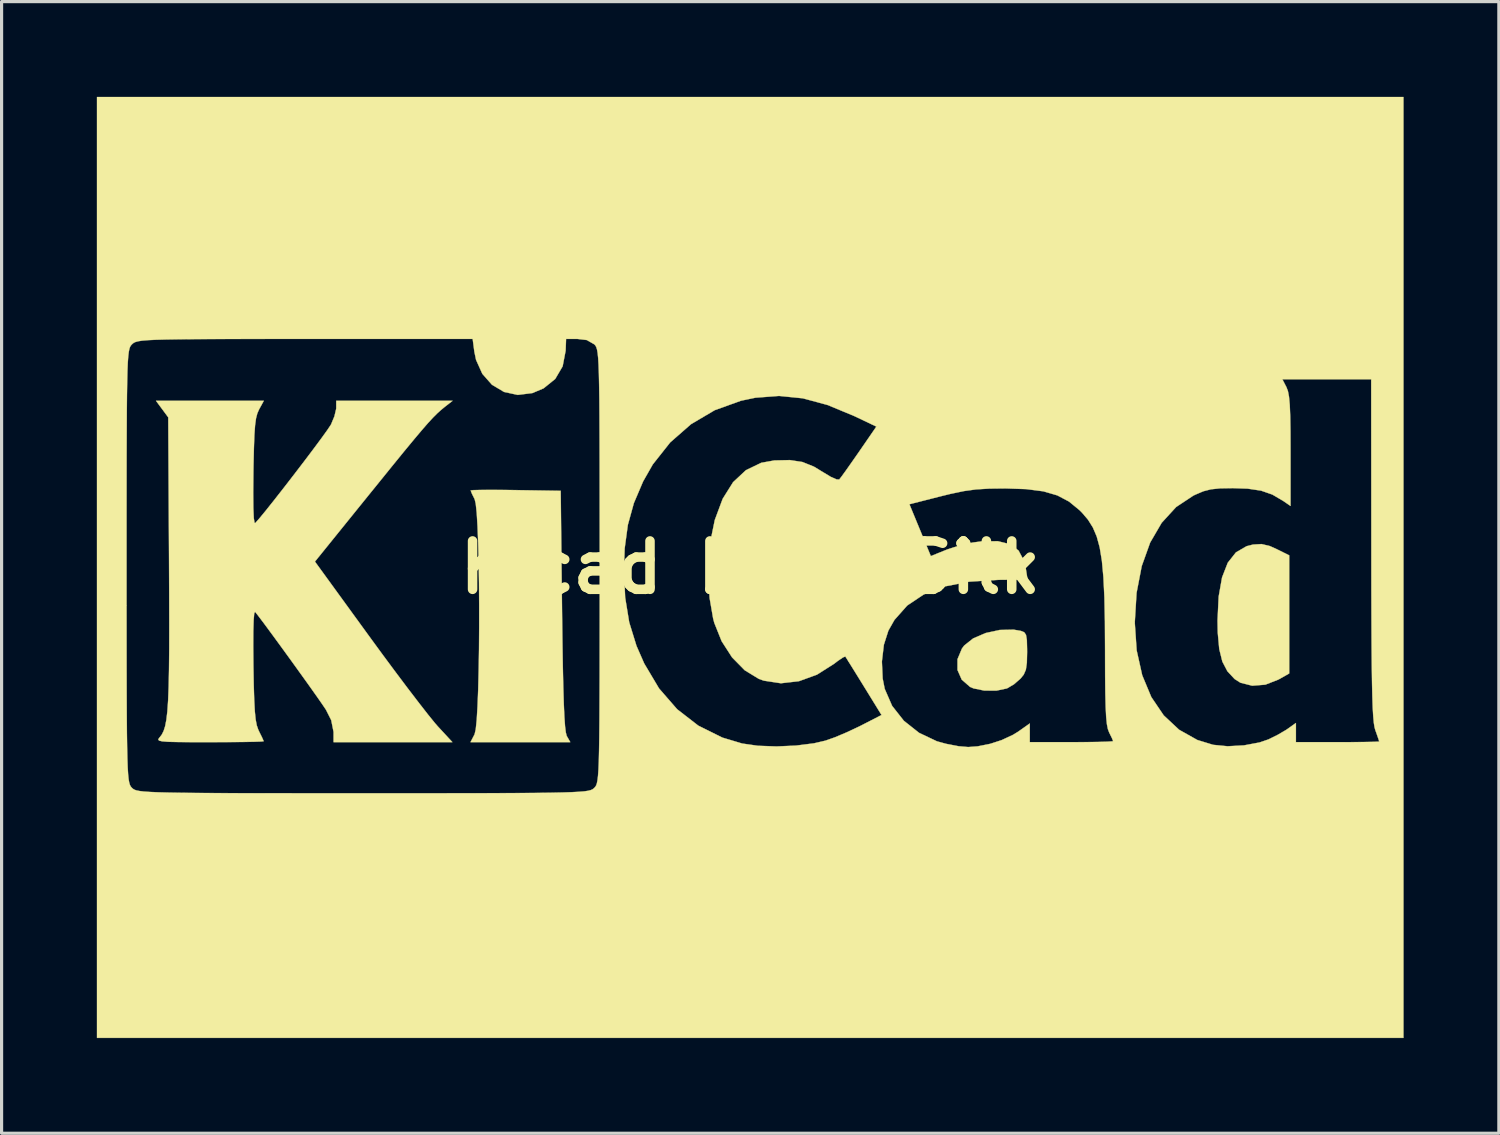
<source format=kicad_pcb>
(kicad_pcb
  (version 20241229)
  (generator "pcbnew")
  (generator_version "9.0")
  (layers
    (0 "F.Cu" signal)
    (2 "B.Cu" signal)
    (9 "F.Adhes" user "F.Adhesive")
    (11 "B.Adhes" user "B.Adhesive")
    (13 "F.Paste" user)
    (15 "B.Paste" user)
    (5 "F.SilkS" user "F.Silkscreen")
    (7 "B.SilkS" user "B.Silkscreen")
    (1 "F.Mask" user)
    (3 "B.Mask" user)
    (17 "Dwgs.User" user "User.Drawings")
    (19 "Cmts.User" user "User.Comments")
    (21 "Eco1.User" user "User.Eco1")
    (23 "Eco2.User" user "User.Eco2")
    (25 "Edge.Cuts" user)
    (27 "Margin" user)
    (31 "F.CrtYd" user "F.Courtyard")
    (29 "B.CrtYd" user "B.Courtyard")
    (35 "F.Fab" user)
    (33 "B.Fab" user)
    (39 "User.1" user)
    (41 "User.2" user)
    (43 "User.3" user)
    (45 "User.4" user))
  (footprint "Kicad Logo Silk"
    (layer "F.Cu")
    (at 20.579 14.822)
    (property "Reference" "Kicad Logo Silk" (at 0 0 0) (layer "F.SilkS") (effects (font (size 1.524 1.524) (thickness 0.3))))
    (attr through_hole)
    (fp_poly (pts (xy 16.367 -0.673) (xy 16.576 -0.579) (xy 16.976 -0.381) (xy 16.976 3.339) (xy 16.637 3.531) (xy 16.224 3.692) (xy 15.81 3.725) (xy 15.438 3.63) (xy 15.256 3.514) (xy 15.029 3.27) (xy 14.87 2.965) (xy 14.772 2.569) (xy 14.725 2.053) (xy 14.718 1.672) (xy 14.754 0.919) (xy 14.861 0.314) (xy 15.041 -0.148) (xy 15.298 -0.474) (xy 15.634 -0.669) (xy 15.834 -0.72) (xy 16.105 -0.736) (xy 16.367 -0.673)) (stroke (width 0.01) (type solid)) (fill yes) (layer "F.SilkS"))
    (fp_poly (pts (xy 8.53 2.001) (xy 8.629 2.041) (xy 8.686 2.123) (xy 8.713 2.286) (xy 8.72 2.568) (xy 8.721 2.665) (xy 8.713 3.001) (xy 8.682 3.22) (xy 8.614 3.376) (xy 8.512 3.502) (xy 8.305 3.682) (xy 8.09 3.808) (xy 8.083 3.811) (xy 7.753 3.88) (xy 7.375 3.879) (xy 7.035 3.81) (xy 6.924 3.763) (xy 6.662 3.535) (xy 6.528 3.231) (xy 6.528 2.891) (xy 6.668 2.556) (xy 6.737 2.463) (xy 7.022 2.235) (xy 7.415 2.066) (xy 7.86 1.969) (xy 8.3 1.96) (xy 8.53 2.001)) (stroke (width 0.01) (type solid)) (fill yes) (layer "F.SilkS"))
    (fp_poly (pts (xy -7.746 -2.441) (xy -7.387 -2.436) (xy -5.969 -2.413) (xy -5.927 1.355) (xy -5.915 2.318) (xy -5.902 3.124) (xy -5.887 3.784) (xy -5.871 4.309) (xy -5.853 4.712) (xy -5.832 5.004) (xy -5.808 5.197) (xy -5.781 5.303) (xy -5.776 5.313) (xy -5.667 5.503) (xy -8.81 5.503) (xy -8.681 5.254) (xy -8.645 5.099) (xy -8.614 4.797) (xy -8.589 4.372) (xy -8.568 3.846) (xy -8.553 3.24) (xy -8.542 2.579) (xy -8.537 1.885) (xy -8.537 1.18) (xy -8.542 0.487) (xy -8.553 -0.171) (xy -8.568 -0.772) (xy -8.589 -1.294) (xy -8.614 -1.712) (xy -8.645 -2.006) (xy -8.679 -2.148) (xy -8.766 -2.324) (xy -8.805 -2.423) (xy -8.805 -2.425) (xy -8.725 -2.435) (xy -8.504 -2.441) (xy -8.168 -2.443) (xy -7.746 -2.441)) (stroke (width 0.01) (type solid)) (fill yes) (layer "F.SilkS"))
    (fp_poly (pts (xy -15.471 -4.974) (xy -15.524 -4.854) (xy -15.565 -4.697) (xy -15.595 -4.478) (xy -15.617 -4.172) (xy -15.632 -3.755) (xy -15.645 -3.201) (xy -15.648 -3.006) (xy -15.654 -2.354) (xy -15.65 -1.87) (xy -15.636 -1.554) (xy -15.611 -1.405) (xy -15.591 -1.397) (xy -15.463 -1.541) (xy -15.258 -1.79) (xy -14.996 -2.119) (xy -14.696 -2.502) (xy -14.378 -2.913) (xy -14.062 -3.326) (xy -13.768 -3.715) (xy -13.515 -4.056) (xy -13.324 -4.321) (xy -13.214 -4.485) (xy -13.202 -4.505) (xy -13.096 -4.76) (xy -13.041 -4.994) (xy -13.039 -5.034) (xy -13.039 -5.249) (xy -9.375 -5.249) (xy -9.618 -5.059) (xy -9.735 -4.963) (xy -9.855 -4.855) (xy -9.988 -4.722) (xy -10.149 -4.548) (xy -10.348 -4.319) (xy -10.598 -4.022) (xy -10.912 -3.642) (xy -11.301 -3.164) (xy -11.778 -2.574) (xy -12.023 -2.272) (xy -13.71 -0.184) (xy -12.003 2.165) (xy -11.579 2.745) (xy -11.165 3.303) (xy -10.777 3.819) (xy -10.431 4.271) (xy -10.143 4.64) (xy -9.928 4.905) (xy -9.838 5.008) (xy -9.38 5.503) (xy -13.123 5.503) (xy -13.123 5.181) (xy -13.197 4.81) (xy -13.362 4.483) (xy -13.475 4.315) (xy -13.662 4.047) (xy -13.905 3.704) (xy -14.185 3.314) (xy -14.483 2.9) (xy -14.78 2.491) (xy -15.058 2.111) (xy -15.297 1.787) (xy -15.48 1.544) (xy -15.587 1.408) (xy -15.596 1.397) (xy -15.622 1.448) (xy -15.64 1.656) (xy -15.651 2.007) (xy -15.653 2.49) (xy -15.648 3.09) (xy -15.637 3.708) (xy -15.622 4.181) (xy -15.603 4.533) (xy -15.577 4.789) (xy -15.542 4.973) (xy -15.495 5.109) (xy -15.473 5.157) (xy -15.378 5.349) (xy -15.327 5.464) (xy -15.325 5.474) (xy -15.405 5.483) (xy -15.63 5.491) (xy -15.973 5.497) (xy -16.41 5.501) (xy -16.915 5.503) (xy -17.031 5.503) (xy -17.608 5.503) (xy -18.034 5.499) (xy -18.332 5.492) (xy -18.519 5.477) (xy -18.617 5.455) (xy -18.645 5.422) (xy -18.622 5.377) (xy -18.6 5.352) (xy -18.533 5.264) (xy -18.476 5.151) (xy -18.428 5) (xy -18.389 4.799) (xy -18.358 4.534) (xy -18.334 4.191) (xy -18.317 3.757) (xy -18.306 3.22) (xy -18.299 2.566) (xy -18.298 1.782) (xy -18.3 0.854) (xy -18.305 -0.191) (xy -18.33 -4.727) (xy -18.523 -4.988) (xy -18.716 -5.249) (xy -15.32 -5.249) (xy -15.471 -4.974)) (stroke (width 0.01) (type solid)) (fill yes) (layer "F.SilkS"))
    (fp_poly (pts (xy 20.574 14.817) (xy -20.574 14.817) (xy -20.574 -0.042) (xy -19.643 -0.042) (xy -19.643 1.191) (xy -19.642 2.266) (xy -19.641 3.195) (xy -19.639 3.987) (xy -19.636 4.655) (xy -19.632 5.209) (xy -19.625 5.661) (xy -19.617 6.022) (xy -19.607 6.303) (xy -19.594 6.515) (xy -19.578 6.669) (xy -19.559 6.777) (xy -19.537 6.85) (xy -19.512 6.898) (xy -19.482 6.934) (xy -19.473 6.943) (xy -19.44 6.973) (xy -19.397 6.999) (xy -19.334 7.022) (xy -19.239 7.041) (xy -19.101 7.058) (xy -18.911 7.071) (xy -18.656 7.082) (xy -18.325 7.091) (xy -17.909 7.098) (xy -17.396 7.103) (xy -16.774 7.107) (xy -16.034 7.11) (xy -15.164 7.111) (xy -14.153 7.112) (xy -12.99 7.112) (xy -12.192 7.112) (xy -10.93 7.112) (xy -9.827 7.112) (xy -8.871 7.111) (xy -8.052 7.109) (xy -7.359 7.106) (xy -6.78 7.102) (xy -6.305 7.096) (xy -5.923 7.088) (xy -5.623 7.078) (xy -5.393 7.066) (xy -5.224 7.052) (xy -5.104 7.034) (xy -5.023 7.013) (xy -4.969 6.989) (xy -4.931 6.962) (xy -4.911 6.943) (xy -4.88 6.909) (xy -4.853 6.865) (xy -4.83 6.8) (xy -4.811 6.703) (xy -4.794 6.563) (xy -4.78 6.368) (xy -4.769 6.107) (xy -4.761 5.77) (xy -4.754 5.344) (xy -4.749 4.819) (xy -4.746 4.184) (xy -4.743 3.428) (xy -4.742 2.538) (xy -4.741 1.505) (xy -4.741 0.316) (xy -4.741 0.067) (xy -3.978 0.067) (xy -3.939 0.948) (xy -3.811 1.731) (xy -3.582 2.471) (xy -3.339 3.025) (xy -2.871 3.812) (xy -2.302 4.466) (xy -1.636 4.982) (xy -0.878 5.359) (xy -0.254 5.546) (xy 0.241 5.617) (xy 0.829 5.638) (xy 1.441 5.611) (xy 2.01 5.539) (xy 2.371 5.455) (xy 2.676 5.347) (xy 3.054 5.187) (xy 3.432 5.009) (xy 3.486 4.982) (xy 4.136 4.648) (xy 3.578 3.742) (xy 3.364 3.396) (xy 3.184 3.106) (xy 3.094 2.962) (xy 4.147 2.962) (xy 4.171 3.498) (xy 4.236 3.825) (xy 4.469 4.36) (xy 4.839 4.83) (xy 5.319 5.21) (xy 5.88 5.476) (xy 6.167 5.555) (xy 6.561 5.631) (xy 6.867 5.657) (xy 7.161 5.635) (xy 7.518 5.564) (xy 7.567 5.553) (xy 7.92 5.438) (xy 8.271 5.275) (xy 8.435 5.175) (xy 8.805 4.914) (xy 8.805 5.503) (xy 10.118 5.503) (xy 10.567 5.501) (xy 10.951 5.496) (xy 11.239 5.488) (xy 11.403 5.477) (xy 11.43 5.471) (xy 11.395 5.381) (xy 11.31 5.208) (xy 11.304 5.196) (xy 11.265 5.092) (xy 11.234 4.937) (xy 11.211 4.711) (xy 11.195 4.394) (xy 11.184 3.968) (xy 11.178 3.412) (xy 11.176 2.709) (xy 11.176 2.625) (xy 11.171 1.736) (xy 12.112 1.736) (xy 12.171 2.611) (xy 12.346 3.396) (xy 12.632 4.082) (xy 13.022 4.658) (xy 13.508 5.112) (xy 14.083 5.435) (xy 14.579 5.587) (xy 15.037 5.632) (xy 15.551 5.604) (xy 16.042 5.512) (xy 16.323 5.416) (xy 16.61 5.274) (xy 16.877 5.118) (xy 16.937 5.077) (xy 17.187 4.899) (xy 17.187 5.503) (xy 18.5 5.503) (xy 18.949 5.502) (xy 19.332 5.498) (xy 19.62 5.493) (xy 19.784 5.486) (xy 19.811 5.482) (xy 19.784 5.397) (xy 19.719 5.209) (xy 19.687 5.122) (xy 19.662 5.028) (xy 19.64 4.887) (xy 19.622 4.688) (xy 19.606 4.419) (xy 19.594 4.067) (xy 19.584 3.621) (xy 19.576 3.068) (xy 19.57 2.395) (xy 19.566 1.591) (xy 19.563 0.643) (xy 19.562 -0.461) (xy 19.562 -0.572) (xy 19.558 -5.927) (xy 18.159 -5.927) (xy 16.76 -5.927) (xy 16.889 -5.677) (xy 16.935 -5.556) (xy 16.969 -5.379) (xy 16.993 -5.123) (xy 17.008 -4.766) (xy 17.016 -4.284) (xy 17.018 -3.681) (xy 17.018 -1.936) (xy 16.785 -2.096) (xy 16.446 -2.295) (xy 16.089 -2.419) (xy 15.665 -2.482) (xy 15.198 -2.498) (xy 14.8 -2.491) (xy 14.511 -2.461) (xy 14.27 -2.399) (xy 14.016 -2.291) (xy 13.956 -2.262) (xy 13.414 -1.903) (xy 12.959 -1.406) (xy 12.596 -0.783) (xy 12.331 -0.043) (xy 12.168 0.803) (xy 12.112 1.736) (xy 11.171 1.736) (xy 11.171 1.708) (xy 11.155 0.942) (xy 11.124 0.31) (xy 11.076 -0.209) (xy 11.007 -0.631) (xy 10.913 -0.975) (xy 10.792 -1.259) (xy 10.64 -1.502) (xy 10.454 -1.721) (xy 10.372 -1.803) (xy 10.042 -2.074) (xy 9.673 -2.269) (xy 9.234 -2.397) (xy 8.693 -2.467) (xy 8.043 -2.489) (xy 7.529 -2.483) (xy 7.114 -2.458) (xy 6.73 -2.405) (xy 6.305 -2.316) (xy 5.999 -2.241) (xy 5.014 -1.99) (xy 5.351 -1.173) (xy 5.688 -0.357) (xy 6.202 -0.565) (xy 6.58 -0.688) (xy 7.012 -0.785) (xy 7.29 -0.822) (xy 7.802 -0.826) (xy 8.183 -0.732) (xy 8.451 -0.532) (xy 8.62 -0.215) (xy 8.684 0.058) (xy 8.735 0.381) (xy 7.807 0.391) (xy 6.891 0.449) (xy 6.112 0.601) (xy 5.465 0.851) (xy 4.944 1.2) (xy 4.543 1.652) (xy 4.351 1.99) (xy 4.209 2.435) (xy 4.147 2.962) (xy 3.094 2.962) (xy 3.056 2.9) (xy 2.997 2.807) (xy 2.995 2.805) (xy 2.922 2.834) (xy 2.76 2.944) (xy 2.637 3.038) (xy 2.1 3.378) (xy 1.533 3.583) (xy 0.966 3.648) (xy 0.428 3.566) (xy 0.272 3.51) (xy -0.173 3.239) (xy -0.572 2.833) (xy -0.9 2.324) (xy -1.132 1.745) (xy -1.168 1.609) (xy -1.279 0.965) (xy -1.327 0.254) (xy -1.309 -0.434) (xy -1.281 -0.69) (xy -1.116 -1.495) (xy -0.868 -2.161) (xy -0.54 -2.685) (xy -0.134 -3.064) (xy 0.348 -3.296) (xy 0.759 -3.37) (xy 1.249 -3.381) (xy 1.643 -3.321) (xy 2.004 -3.176) (xy 2.296 -2.999) (xy 2.534 -2.855) (xy 2.719 -2.773) (xy 2.803 -2.769) (xy 2.876 -2.863) (xy 3.022 -3.065) (xy 3.219 -3.345) (xy 3.422 -3.636) (xy 3.973 -4.436) (xy 3.281 -4.766) (xy 2.438 -5.116) (xy 1.656 -5.327) (xy 0.908 -5.402) (xy 0.164 -5.346) (xy -0.291 -5.251) (xy -1.116 -4.954) (xy -1.864 -4.513) (xy -2.52 -3.939) (xy -3.069 -3.245) (xy -3.374 -2.709) (xy -3.665 -2.026) (xy -3.854 -1.342) (xy -3.954 -0.602) (xy -3.978 0.067) (xy -4.741 0.067) (xy -4.741 -0.042) (xy -4.741 -1.276) (xy -4.742 -2.351) (xy -4.743 -3.279) (xy -4.745 -4.072) (xy -4.748 -4.739) (xy -4.752 -5.294) (xy -4.759 -5.746) (xy -4.767 -6.106) (xy -4.777 -6.387) (xy -4.79 -6.599) (xy -4.806 -6.754) (xy -4.825 -6.862) (xy -4.847 -6.934) (xy -4.872 -6.983) (xy -4.902 -7.018) (xy -4.911 -7.027) (xy -5.147 -7.162) (xy -5.44 -7.197) (xy -5.8 -7.197) (xy -5.814 -6.825) (xy -5.908 -6.335) (xy -6.142 -5.937) (xy -6.508 -5.641) (xy -6.861 -5.492) (xy -7.322 -5.434) (xy -7.755 -5.528) (xy -8.135 -5.755) (xy -8.437 -6.097) (xy -8.635 -6.537) (xy -8.689 -6.795) (xy -8.742 -7.197) (xy -14.023 -7.197) (xy -15.1 -7.197) (xy -16.019 -7.196) (xy -16.795 -7.194) (xy -17.44 -7.191) (xy -17.967 -7.187) (xy -18.388 -7.18) (xy -18.717 -7.171) (xy -18.966 -7.159) (xy -19.148 -7.144) (xy -19.275 -7.124) (xy -19.361 -7.101) (xy -19.418 -7.074) (xy -19.459 -7.041) (xy -19.473 -7.027) (xy -19.504 -6.993) (xy -19.531 -6.95) (xy -19.554 -6.885) (xy -19.573 -6.788) (xy -19.59 -6.647) (xy -19.604 -6.453) (xy -19.615 -6.192) (xy -19.623 -5.854) (xy -19.63 -5.429) (xy -19.635 -4.904) (xy -19.638 -4.269) (xy -19.641 -3.512) (xy -19.642 -2.623) (xy -19.643 -1.589) (xy -19.643 -0.401) (xy -19.643 -0.042) (xy -20.574 -0.042) (xy -20.574 -14.817) (xy 20.574 -14.817) (xy 20.574 14.817)) (stroke (width 0.01) (type solid)) (fill yes) (layer "F.SilkS")))
  (gr_rect
    (start -3 -3)
    (end 44.158 32.643)
    (stroke (width 0.1) (type default))
    (fill no)
    (layer "Edge.Cuts")))
</source>
